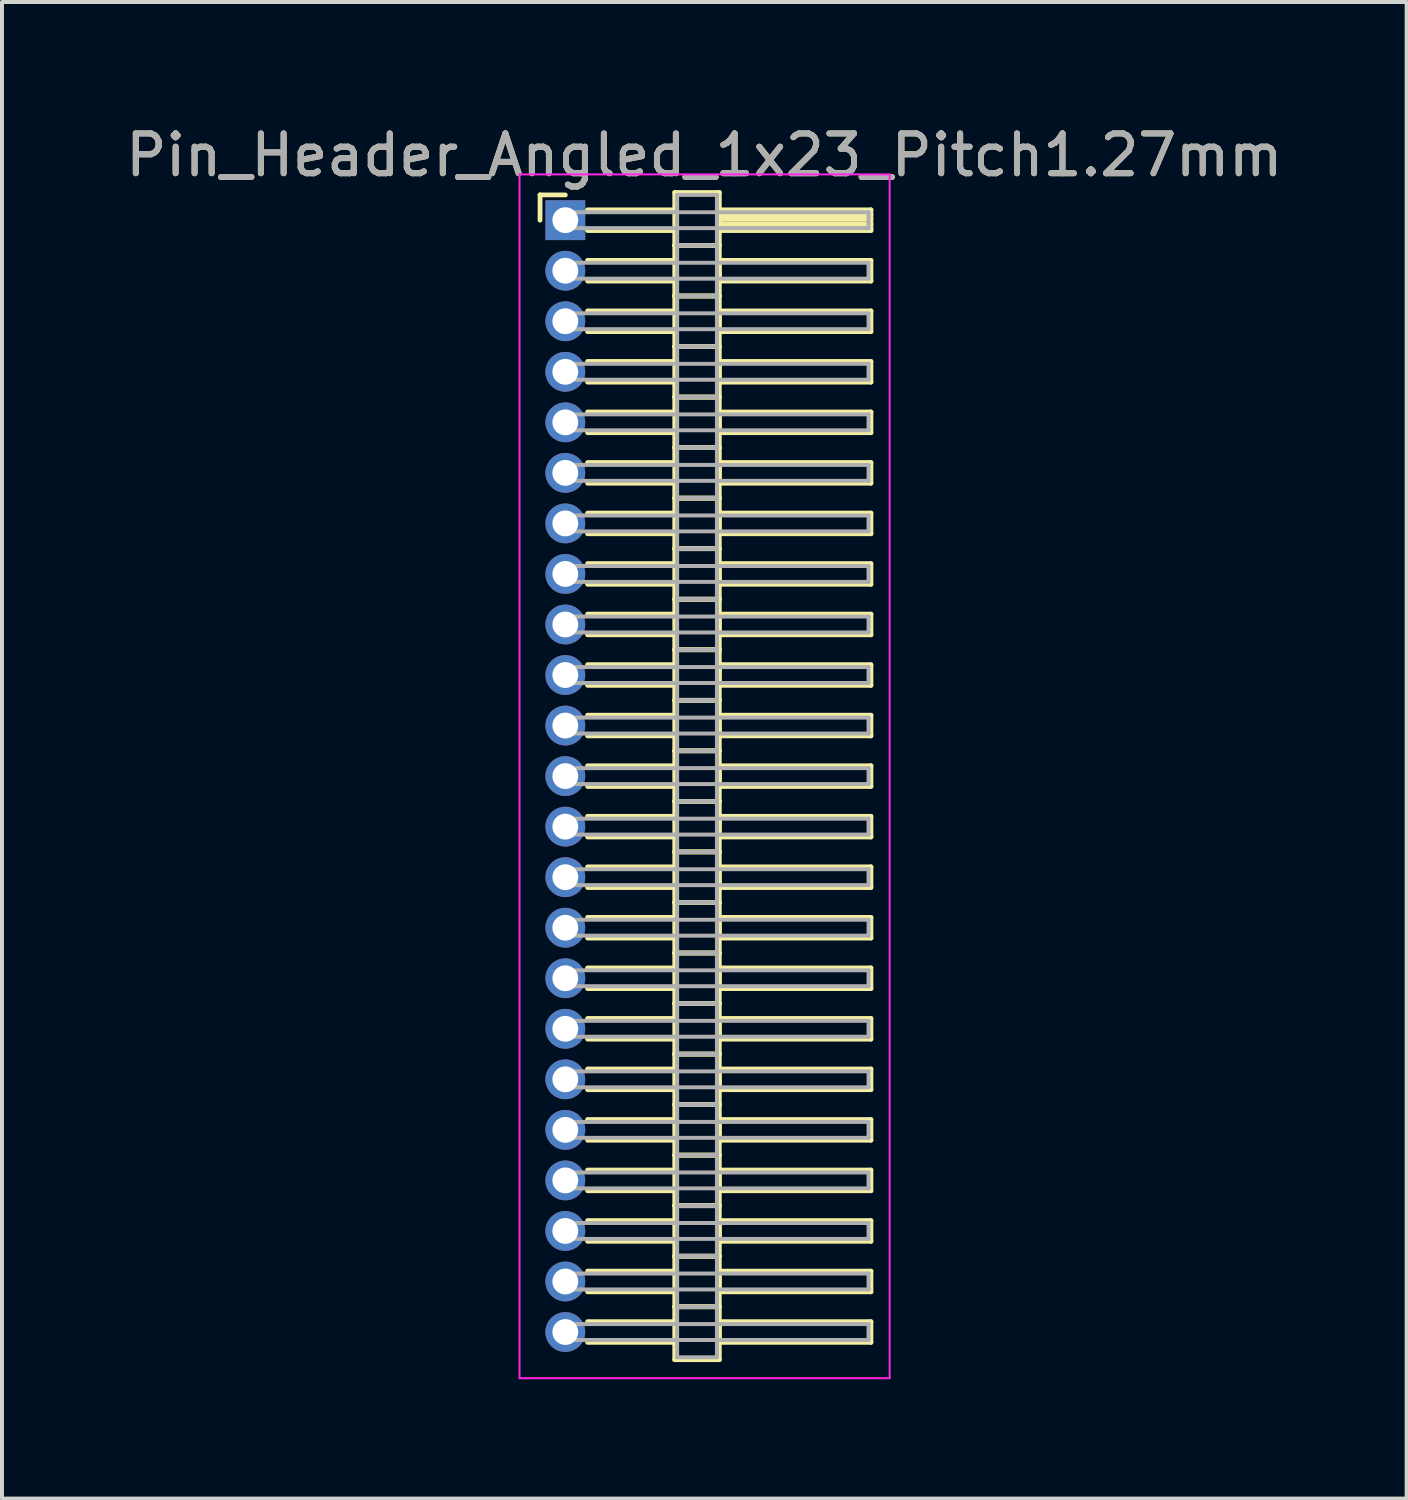
<source format=kicad_pcb>
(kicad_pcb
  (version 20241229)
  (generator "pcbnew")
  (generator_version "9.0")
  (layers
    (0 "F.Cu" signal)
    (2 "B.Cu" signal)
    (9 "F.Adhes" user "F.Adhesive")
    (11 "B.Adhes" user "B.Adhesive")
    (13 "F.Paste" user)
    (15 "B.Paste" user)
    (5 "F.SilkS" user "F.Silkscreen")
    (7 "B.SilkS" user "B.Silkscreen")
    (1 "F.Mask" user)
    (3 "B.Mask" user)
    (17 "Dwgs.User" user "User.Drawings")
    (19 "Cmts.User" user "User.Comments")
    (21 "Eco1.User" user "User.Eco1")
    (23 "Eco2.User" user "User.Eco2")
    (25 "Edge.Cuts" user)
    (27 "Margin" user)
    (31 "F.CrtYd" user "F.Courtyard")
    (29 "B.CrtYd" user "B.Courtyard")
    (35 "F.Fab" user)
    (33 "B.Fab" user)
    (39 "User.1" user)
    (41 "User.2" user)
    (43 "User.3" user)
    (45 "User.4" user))
  (footprint "Pin_Header_Angled_1x23_Pitch1.27mm"
    (layer "F.Cu")
    (at 11.156 2.483)
    (property "Reference" "Pin_Header_Angled_1x23_Pitch1.27mm" (at 3.493 -1.635 0) (layer "F.SilkS") (effects (font (size 1 1) (thickness 0.15))))
    (attr through_hole)
    (fp_line (start -0.635 -0.635) (end 0 -0.635) (stroke (width 0.12) (type solid)) (layer "F.SilkS"))
    (fp_line (start -0.635 0) (end -0.635 -0.635) (stroke (width 0.12) (type solid)) (layer "F.SilkS"))
    (fp_line (start 0.56 -0.26) (end 2.75 -0.26) (stroke (width 0.12) (type solid)) (layer "F.SilkS"))
    (fp_line (start 0.56 0.26) (end 2.75 0.26) (stroke (width 0.12) (type solid)) (layer "F.SilkS"))
    (fp_line (start 0.56 1.01) (end 2.75 1.01) (stroke (width 0.12) (type solid)) (layer "F.SilkS"))
    (fp_line (start 0.56 1.53) (end 2.75 1.53) (stroke (width 0.12) (type solid)) (layer "F.SilkS"))
    (fp_line (start 0.56 2.28) (end 2.75 2.28) (stroke (width 0.12) (type solid)) (layer "F.SilkS"))
    (fp_line (start 0.56 2.8) (end 2.75 2.8) (stroke (width 0.12) (type solid)) (layer "F.SilkS"))
    (fp_line (start 0.56 3.55) (end 2.75 3.55) (stroke (width 0.12) (type solid)) (layer "F.SilkS"))
    (fp_line (start 0.56 4.07) (end 2.75 4.07) (stroke (width 0.12) (type solid)) (layer "F.SilkS"))
    (fp_line (start 0.56 4.82) (end 2.75 4.82) (stroke (width 0.12) (type solid)) (layer "F.SilkS"))
    (fp_line (start 0.56 5.34) (end 2.75 5.34) (stroke (width 0.12) (type solid)) (layer "F.SilkS"))
    (fp_line (start 0.56 6.09) (end 2.75 6.09) (stroke (width 0.12) (type solid)) (layer "F.SilkS"))
    (fp_line (start 0.56 6.61) (end 2.75 6.61) (stroke (width 0.12) (type solid)) (layer "F.SilkS"))
    (fp_line (start 0.56 7.36) (end 2.75 7.36) (stroke (width 0.12) (type solid)) (layer "F.SilkS"))
    (fp_line (start 0.56 7.88) (end 2.75 7.88) (stroke (width 0.12) (type solid)) (layer "F.SilkS"))
    (fp_line (start 0.56 8.63) (end 2.75 8.63) (stroke (width 0.12) (type solid)) (layer "F.SilkS"))
    (fp_line (start 0.56 9.15) (end 2.75 9.15) (stroke (width 0.12) (type solid)) (layer "F.SilkS"))
    (fp_line (start 0.56 9.9) (end 2.75 9.9) (stroke (width 0.12) (type solid)) (layer "F.SilkS"))
    (fp_line (start 0.56 10.42) (end 2.75 10.42) (stroke (width 0.12) (type solid)) (layer "F.SilkS"))
    (fp_line (start 0.56 11.17) (end 2.75 11.17) (stroke (width 0.12) (type solid)) (layer "F.SilkS"))
    (fp_line (start 0.56 11.69) (end 2.75 11.69) (stroke (width 0.12) (type solid)) (layer "F.SilkS"))
    (fp_line (start 0.56 12.44) (end 2.75 12.44) (stroke (width 0.12) (type solid)) (layer "F.SilkS"))
    (fp_line (start 0.56 12.96) (end 2.75 12.96) (stroke (width 0.12) (type solid)) (layer "F.SilkS"))
    (fp_line (start 0.56 13.71) (end 2.75 13.71) (stroke (width 0.12) (type solid)) (layer "F.SilkS"))
    (fp_line (start 0.56 14.23) (end 2.75 14.23) (stroke (width 0.12) (type solid)) (layer "F.SilkS"))
    (fp_line (start 0.56 14.98) (end 2.75 14.98) (stroke (width 0.12) (type solid)) (layer "F.SilkS"))
    (fp_line (start 0.56 15.5) (end 2.75 15.5) (stroke (width 0.12) (type solid)) (layer "F.SilkS"))
    (fp_line (start 0.56 16.25) (end 2.75 16.25) (stroke (width 0.12) (type solid)) (layer "F.SilkS"))
    (fp_line (start 0.56 16.77) (end 2.75 16.77) (stroke (width 0.12) (type solid)) (layer "F.SilkS"))
    (fp_line (start 0.56 17.52) (end 2.75 17.52) (stroke (width 0.12) (type solid)) (layer "F.SilkS"))
    (fp_line (start 0.56 18.04) (end 2.75 18.04) (stroke (width 0.12) (type solid)) (layer "F.SilkS"))
    (fp_line (start 0.56 18.79) (end 2.75 18.79) (stroke (width 0.12) (type solid)) (layer "F.SilkS"))
    (fp_line (start 0.56 19.31) (end 2.75 19.31) (stroke (width 0.12) (type solid)) (layer "F.SilkS"))
    (fp_line (start 0.56 20.06) (end 2.75 20.06) (stroke (width 0.12) (type solid)) (layer "F.SilkS"))
    (fp_line (start 0.56 20.58) (end 2.75 20.58) (stroke (width 0.12) (type solid)) (layer "F.SilkS"))
    (fp_line (start 0.56 21.33) (end 2.75 21.33) (stroke (width 0.12) (type solid)) (layer "F.SilkS"))
    (fp_line (start 0.56 21.85) (end 2.75 21.85) (stroke (width 0.12) (type solid)) (layer "F.SilkS"))
    (fp_line (start 0.56 22.6) (end 2.75 22.6) (stroke (width 0.12) (type solid)) (layer "F.SilkS"))
    (fp_line (start 0.56 23.12) (end 2.75 23.12) (stroke (width 0.12) (type solid)) (layer "F.SilkS"))
    (fp_line (start 0.56 23.87) (end 2.75 23.87) (stroke (width 0.12) (type solid)) (layer "F.SilkS"))
    (fp_line (start 0.56 24.39) (end 2.75 24.39) (stroke (width 0.12) (type solid)) (layer "F.SilkS"))
    (fp_line (start 0.56 25.14) (end 2.75 25.14) (stroke (width 0.12) (type solid)) (layer "F.SilkS"))
    (fp_line (start 0.56 25.66) (end 2.75 25.66) (stroke (width 0.12) (type solid)) (layer "F.SilkS"))
    (fp_line (start 0.56 26.41) (end 2.75 26.41) (stroke (width 0.12) (type solid)) (layer "F.SilkS"))
    (fp_line (start 0.56 26.93) (end 2.75 26.93) (stroke (width 0.12) (type solid)) (layer "F.SilkS"))
    (fp_line (start 0.56 27.68) (end 2.75 27.68) (stroke (width 0.12) (type solid)) (layer "F.SilkS"))
    (fp_line (start 0.56 28.2) (end 2.75 28.2) (stroke (width 0.12) (type solid)) (layer "F.SilkS"))
    (fp_line (start 2.75 -0.695) (end 2.75 0.635) (stroke (width 0.12) (type solid)) (layer "F.SilkS"))
    (fp_line (start 2.75 0.635) (end 2.75 1.905) (stroke (width 0.12) (type solid)) (layer "F.SilkS"))
    (fp_line (start 2.75 0.635) (end 3.87 0.635) (stroke (width 0.12) (type solid)) (layer "F.SilkS"))
    (fp_line (start 2.75 1.905) (end 2.75 3.175) (stroke (width 0.12) (type solid)) (layer "F.SilkS"))
    (fp_line (start 2.75 1.905) (end 3.87 1.905) (stroke (width 0.12) (type solid)) (layer "F.SilkS"))
    (fp_line (start 2.75 3.175) (end 2.75 4.445) (stroke (width 0.12) (type solid)) (layer "F.SilkS"))
    (fp_line (start 2.75 3.175) (end 3.87 3.175) (stroke (width 0.12) (type solid)) (layer "F.SilkS"))
    (fp_line (start 2.75 4.445) (end 2.75 5.715) (stroke (width 0.12) (type solid)) (layer "F.SilkS"))
    (fp_line (start 2.75 4.445) (end 3.87 4.445) (stroke (width 0.12) (type solid)) (layer "F.SilkS"))
    (fp_line (start 2.75 5.715) (end 2.75 6.985) (stroke (width 0.12) (type solid)) (layer "F.SilkS"))
    (fp_line (start 2.75 5.715) (end 3.87 5.715) (stroke (width 0.12) (type solid)) (layer "F.SilkS"))
    (fp_line (start 2.75 6.985) (end 2.75 8.255) (stroke (width 0.12) (type solid)) (layer "F.SilkS"))
    (fp_line (start 2.75 6.985) (end 3.87 6.985) (stroke (width 0.12) (type solid)) (layer "F.SilkS"))
    (fp_line (start 2.75 8.255) (end 2.75 9.525) (stroke (width 0.12) (type solid)) (layer "F.SilkS"))
    (fp_line (start 2.75 8.255) (end 3.87 8.255) (stroke (width 0.12) (type solid)) (layer "F.SilkS"))
    (fp_line (start 2.75 9.525) (end 2.75 10.795) (stroke (width 0.12) (type solid)) (layer "F.SilkS"))
    (fp_line (start 2.75 9.525) (end 3.87 9.525) (stroke (width 0.12) (type solid)) (layer "F.SilkS"))
    (fp_line (start 2.75 10.795) (end 2.75 12.065) (stroke (width 0.12) (type solid)) (layer "F.SilkS"))
    (fp_line (start 2.75 10.795) (end 3.87 10.795) (stroke (width 0.12) (type solid)) (layer "F.SilkS"))
    (fp_line (start 2.75 12.065) (end 2.75 13.335) (stroke (width 0.12) (type solid)) (layer "F.SilkS"))
    (fp_line (start 2.75 12.065) (end 3.87 12.065) (stroke (width 0.12) (type solid)) (layer "F.SilkS"))
    (fp_line (start 2.75 13.335) (end 2.75 14.605) (stroke (width 0.12) (type solid)) (layer "F.SilkS"))
    (fp_line (start 2.75 13.335) (end 3.87 13.335) (stroke (width 0.12) (type solid)) (layer "F.SilkS"))
    (fp_line (start 2.75 14.605) (end 2.75 15.875) (stroke (width 0.12) (type solid)) (layer "F.SilkS"))
    (fp_line (start 2.75 14.605) (end 3.87 14.605) (stroke (width 0.12) (type solid)) (layer "F.SilkS"))
    (fp_line (start 2.75 15.875) (end 2.75 17.145) (stroke (width 0.12) (type solid)) (layer "F.SilkS"))
    (fp_line (start 2.75 15.875) (end 3.87 15.875) (stroke (width 0.12) (type solid)) (layer "F.SilkS"))
    (fp_line (start 2.75 17.145) (end 2.75 18.415) (stroke (width 0.12) (type solid)) (layer "F.SilkS"))
    (fp_line (start 2.75 17.145) (end 3.87 17.145) (stroke (width 0.12) (type solid)) (layer "F.SilkS"))
    (fp_line (start 2.75 18.415) (end 2.75 19.685) (stroke (width 0.12) (type solid)) (layer "F.SilkS"))
    (fp_line (start 2.75 18.415) (end 3.87 18.415) (stroke (width 0.12) (type solid)) (layer "F.SilkS"))
    (fp_line (start 2.75 19.685) (end 2.75 20.955) (stroke (width 0.12) (type solid)) (layer "F.SilkS"))
    (fp_line (start 2.75 19.685) (end 3.87 19.685) (stroke (width 0.12) (type solid)) (layer "F.SilkS"))
    (fp_line (start 2.75 20.955) (end 2.75 22.225) (stroke (width 0.12) (type solid)) (layer "F.SilkS"))
    (fp_line (start 2.75 20.955) (end 3.87 20.955) (stroke (width 0.12) (type solid)) (layer "F.SilkS"))
    (fp_line (start 2.75 22.225) (end 2.75 23.495) (stroke (width 0.12) (type solid)) (layer "F.SilkS"))
    (fp_line (start 2.75 22.225) (end 3.87 22.225) (stroke (width 0.12) (type solid)) (layer "F.SilkS"))
    (fp_line (start 2.75 23.495) (end 2.75 24.765) (stroke (width 0.12) (type solid)) (layer "F.SilkS"))
    (fp_line (start 2.75 23.495) (end 3.87 23.495) (stroke (width 0.12) (type solid)) (layer "F.SilkS"))
    (fp_line (start 2.75 24.765) (end 2.75 26.035) (stroke (width 0.12) (type solid)) (layer "F.SilkS"))
    (fp_line (start 2.75 24.765) (end 3.87 24.765) (stroke (width 0.12) (type solid)) (layer "F.SilkS"))
    (fp_line (start 2.75 26.035) (end 2.75 27.305) (stroke (width 0.12) (type solid)) (layer "F.SilkS"))
    (fp_line (start 2.75 26.035) (end 3.87 26.035) (stroke (width 0.12) (type solid)) (layer "F.SilkS"))
    (fp_line (start 2.75 27.305) (end 2.75 28.635) (stroke (width 0.12) (type solid)) (layer "F.SilkS"))
    (fp_line (start 2.75 27.305) (end 3.87 27.305) (stroke (width 0.12) (type solid)) (layer "F.SilkS"))
    (fp_line (start 2.75 28.635) (end 3.87 28.635) (stroke (width 0.12) (type solid)) (layer "F.SilkS"))
    (fp_line (start 3.87 -0.695) (end 2.75 -0.695) (stroke (width 0.12) (type solid)) (layer "F.SilkS"))
    (fp_line (start 3.87 -0.26) (end 3.87 0.26) (stroke (width 0.12) (type solid)) (layer "F.SilkS"))
    (fp_line (start 3.87 -0.14) (end 7.68 -0.14) (stroke (width 0.12) (type solid)) (layer "F.SilkS"))
    (fp_line (start 3.87 -0.02) (end 7.68 -0.02) (stroke (width 0.12) (type solid)) (layer "F.SilkS"))
    (fp_line (start 3.87 0.1) (end 7.68 0.1) (stroke (width 0.12) (type solid)) (layer "F.SilkS"))
    (fp_line (start 3.87 0.22) (end 7.68 0.22) (stroke (width 0.12) (type solid)) (layer "F.SilkS"))
    (fp_line (start 3.87 0.26) (end 7.68 0.26) (stroke (width 0.12) (type solid)) (layer "F.SilkS"))
    (fp_line (start 3.87 0.635) (end 2.75 0.635) (stroke (width 0.12) (type solid)) (layer "F.SilkS"))
    (fp_line (start 3.87 0.635) (end 3.87 -0.695) (stroke (width 0.12) (type solid)) (layer "F.SilkS"))
    (fp_line (start 3.87 1.01) (end 3.87 1.53) (stroke (width 0.12) (type solid)) (layer "F.SilkS"))
    (fp_line (start 3.87 1.53) (end 7.68 1.53) (stroke (width 0.12) (type solid)) (layer "F.SilkS"))
    (fp_line (start 3.87 1.905) (end 2.75 1.905) (stroke (width 0.12) (type solid)) (layer "F.SilkS"))
    (fp_line (start 3.87 1.905) (end 3.87 0.635) (stroke (width 0.12) (type solid)) (layer "F.SilkS"))
    (fp_line (start 3.87 2.28) (end 3.87 2.8) (stroke (width 0.12) (type solid)) (layer "F.SilkS"))
    (fp_line (start 3.87 2.8) (end 7.68 2.8) (stroke (width 0.12) (type solid)) (layer "F.SilkS"))
    (fp_line (start 3.87 3.175) (end 2.75 3.175) (stroke (width 0.12) (type solid)) (layer "F.SilkS"))
    (fp_line (start 3.87 3.175) (end 3.87 1.905) (stroke (width 0.12) (type solid)) (layer "F.SilkS"))
    (fp_line (start 3.87 3.55) (end 3.87 4.07) (stroke (width 0.12) (type solid)) (layer "F.SilkS"))
    (fp_line (start 3.87 4.07) (end 7.68 4.07) (stroke (width 0.12) (type solid)) (layer "F.SilkS"))
    (fp_line (start 3.87 4.445) (end 2.75 4.445) (stroke (width 0.12) (type solid)) (layer "F.SilkS"))
    (fp_line (start 3.87 4.445) (end 3.87 3.175) (stroke (width 0.12) (type solid)) (layer "F.SilkS"))
    (fp_line (start 3.87 4.82) (end 3.87 5.34) (stroke (width 0.12) (type solid)) (layer "F.SilkS"))
    (fp_line (start 3.87 5.34) (end 7.68 5.34) (stroke (width 0.12) (type solid)) (layer "F.SilkS"))
    (fp_line (start 3.87 5.715) (end 2.75 5.715) (stroke (width 0.12) (type solid)) (layer "F.SilkS"))
    (fp_line (start 3.87 5.715) (end 3.87 4.445) (stroke (width 0.12) (type solid)) (layer "F.SilkS"))
    (fp_line (start 3.87 6.09) (end 3.87 6.61) (stroke (width 0.12) (type solid)) (layer "F.SilkS"))
    (fp_line (start 3.87 6.61) (end 7.68 6.61) (stroke (width 0.12) (type solid)) (layer "F.SilkS"))
    (fp_line (start 3.87 6.985) (end 2.75 6.985) (stroke (width 0.12) (type solid)) (layer "F.SilkS"))
    (fp_line (start 3.87 6.985) (end 3.87 5.715) (stroke (width 0.12) (type solid)) (layer "F.SilkS"))
    (fp_line (start 3.87 7.36) (end 3.87 7.88) (stroke (width 0.12) (type solid)) (layer "F.SilkS"))
    (fp_line (start 3.87 7.88) (end 7.68 7.88) (stroke (width 0.12) (type solid)) (layer "F.SilkS"))
    (fp_line (start 3.87 8.255) (end 2.75 8.255) (stroke (width 0.12) (type solid)) (layer "F.SilkS"))
    (fp_line (start 3.87 8.255) (end 3.87 6.985) (stroke (width 0.12) (type solid)) (layer "F.SilkS"))
    (fp_line (start 3.87 8.63) (end 3.87 9.15) (stroke (width 0.12) (type solid)) (layer "F.SilkS"))
    (fp_line (start 3.87 9.15) (end 7.68 9.15) (stroke (width 0.12) (type solid)) (layer "F.SilkS"))
    (fp_line (start 3.87 9.525) (end 2.75 9.525) (stroke (width 0.12) (type solid)) (layer "F.SilkS"))
    (fp_line (start 3.87 9.525) (end 3.87 8.255) (stroke (width 0.12) (type solid)) (layer "F.SilkS"))
    (fp_line (start 3.87 9.9) (end 3.87 10.42) (stroke (width 0.12) (type solid)) (layer "F.SilkS"))
    (fp_line (start 3.87 10.42) (end 7.68 10.42) (stroke (width 0.12) (type solid)) (layer "F.SilkS"))
    (fp_line (start 3.87 10.795) (end 2.75 10.795) (stroke (width 0.12) (type solid)) (layer "F.SilkS"))
    (fp_line (start 3.87 10.795) (end 3.87 9.525) (stroke (width 0.12) (type solid)) (layer "F.SilkS"))
    (fp_line (start 3.87 11.17) (end 3.87 11.69) (stroke (width 0.12) (type solid)) (layer "F.SilkS"))
    (fp_line (start 3.87 11.69) (end 7.68 11.69) (stroke (width 0.12) (type solid)) (layer "F.SilkS"))
    (fp_line (start 3.87 12.065) (end 2.75 12.065) (stroke (width 0.12) (type solid)) (layer "F.SilkS"))
    (fp_line (start 3.87 12.065) (end 3.87 10.795) (stroke (width 0.12) (type solid)) (layer "F.SilkS"))
    (fp_line (start 3.87 12.44) (end 3.87 12.96) (stroke (width 0.12) (type solid)) (layer "F.SilkS"))
    (fp_line (start 3.87 12.96) (end 7.68 12.96) (stroke (width 0.12) (type solid)) (layer "F.SilkS"))
    (fp_line (start 3.87 13.335) (end 2.75 13.335) (stroke (width 0.12) (type solid)) (layer "F.SilkS"))
    (fp_line (start 3.87 13.335) (end 3.87 12.065) (stroke (width 0.12) (type solid)) (layer "F.SilkS"))
    (fp_line (start 3.87 13.71) (end 3.87 14.23) (stroke (width 0.12) (type solid)) (layer "F.SilkS"))
    (fp_line (start 3.87 14.23) (end 7.68 14.23) (stroke (width 0.12) (type solid)) (layer "F.SilkS"))
    (fp_line (start 3.87 14.605) (end 2.75 14.605) (stroke (width 0.12) (type solid)) (layer "F.SilkS"))
    (fp_line (start 3.87 14.605) (end 3.87 13.335) (stroke (width 0.12) (type solid)) (layer "F.SilkS"))
    (fp_line (start 3.87 14.98) (end 3.87 15.5) (stroke (width 0.12) (type solid)) (layer "F.SilkS"))
    (fp_line (start 3.87 15.5) (end 7.68 15.5) (stroke (width 0.12) (type solid)) (layer "F.SilkS"))
    (fp_line (start 3.87 15.875) (end 2.75 15.875) (stroke (width 0.12) (type solid)) (layer "F.SilkS"))
    (fp_line (start 3.87 15.875) (end 3.87 14.605) (stroke (width 0.12) (type solid)) (layer "F.SilkS"))
    (fp_line (start 3.87 16.25) (end 3.87 16.77) (stroke (width 0.12) (type solid)) (layer "F.SilkS"))
    (fp_line (start 3.87 16.77) (end 7.68 16.77) (stroke (width 0.12) (type solid)) (layer "F.SilkS"))
    (fp_line (start 3.87 17.145) (end 2.75 17.145) (stroke (width 0.12) (type solid)) (layer "F.SilkS"))
    (fp_line (start 3.87 17.145) (end 3.87 15.875) (stroke (width 0.12) (type solid)) (layer "F.SilkS"))
    (fp_line (start 3.87 17.52) (end 3.87 18.04) (stroke (width 0.12) (type solid)) (layer "F.SilkS"))
    (fp_line (start 3.87 18.04) (end 7.68 18.04) (stroke (width 0.12) (type solid)) (layer "F.SilkS"))
    (fp_line (start 3.87 18.415) (end 2.75 18.415) (stroke (width 0.12) (type solid)) (layer "F.SilkS"))
    (fp_line (start 3.87 18.415) (end 3.87 17.145) (stroke (width 0.12) (type solid)) (layer "F.SilkS"))
    (fp_line (start 3.87 18.79) (end 3.87 19.31) (stroke (width 0.12) (type solid)) (layer "F.SilkS"))
    (fp_line (start 3.87 19.31) (end 7.68 19.31) (stroke (width 0.12) (type solid)) (layer "F.SilkS"))
    (fp_line (start 3.87 19.685) (end 2.75 19.685) (stroke (width 0.12) (type solid)) (layer "F.SilkS"))
    (fp_line (start 3.87 19.685) (end 3.87 18.415) (stroke (width 0.12) (type solid)) (layer "F.SilkS"))
    (fp_line (start 3.87 20.06) (end 3.87 20.58) (stroke (width 0.12) (type solid)) (layer "F.SilkS"))
    (fp_line (start 3.87 20.58) (end 7.68 20.58) (stroke (width 0.12) (type solid)) (layer "F.SilkS"))
    (fp_line (start 3.87 20.955) (end 2.75 20.955) (stroke (width 0.12) (type solid)) (layer "F.SilkS"))
    (fp_line (start 3.87 20.955) (end 3.87 19.685) (stroke (width 0.12) (type solid)) (layer "F.SilkS"))
    (fp_line (start 3.87 21.33) (end 3.87 21.85) (stroke (width 0.12) (type solid)) (layer "F.SilkS"))
    (fp_line (start 3.87 21.85) (end 7.68 21.85) (stroke (width 0.12) (type solid)) (layer "F.SilkS"))
    (fp_line (start 3.87 22.225) (end 2.75 22.225) (stroke (width 0.12) (type solid)) (layer "F.SilkS"))
    (fp_line (start 3.87 22.225) (end 3.87 20.955) (stroke (width 0.12) (type solid)) (layer "F.SilkS"))
    (fp_line (start 3.87 22.6) (end 3.87 23.12) (stroke (width 0.12) (type solid)) (layer "F.SilkS"))
    (fp_line (start 3.87 23.12) (end 7.68 23.12) (stroke (width 0.12) (type solid)) (layer "F.SilkS"))
    (fp_line (start 3.87 23.495) (end 2.75 23.495) (stroke (width 0.12) (type solid)) (layer "F.SilkS"))
    (fp_line (start 3.87 23.495) (end 3.87 22.225) (stroke (width 0.12) (type solid)) (layer "F.SilkS"))
    (fp_line (start 3.87 23.87) (end 3.87 24.39) (stroke (width 0.12) (type solid)) (layer "F.SilkS"))
    (fp_line (start 3.87 24.39) (end 7.68 24.39) (stroke (width 0.12) (type solid)) (layer "F.SilkS"))
    (fp_line (start 3.87 24.765) (end 2.75 24.765) (stroke (width 0.12) (type solid)) (layer "F.SilkS"))
    (fp_line (start 3.87 24.765) (end 3.87 23.495) (stroke (width 0.12) (type solid)) (layer "F.SilkS"))
    (fp_line (start 3.87 25.14) (end 3.87 25.66) (stroke (width 0.12) (type solid)) (layer "F.SilkS"))
    (fp_line (start 3.87 25.66) (end 7.68 25.66) (stroke (width 0.12) (type solid)) (layer "F.SilkS"))
    (fp_line (start 3.87 26.035) (end 2.75 26.035) (stroke (width 0.12) (type solid)) (layer "F.SilkS"))
    (fp_line (start 3.87 26.035) (end 3.87 24.765) (stroke (width 0.12) (type solid)) (layer "F.SilkS"))
    (fp_line (start 3.87 26.41) (end 3.87 26.93) (stroke (width 0.12) (type solid)) (layer "F.SilkS"))
    (fp_line (start 3.87 26.93) (end 7.68 26.93) (stroke (width 0.12) (type solid)) (layer "F.SilkS"))
    (fp_line (start 3.87 27.305) (end 2.75 27.305) (stroke (width 0.12) (type solid)) (layer "F.SilkS"))
    (fp_line (start 3.87 27.305) (end 3.87 26.035) (stroke (width 0.12) (type solid)) (layer "F.SilkS"))
    (fp_line (start 3.87 27.68) (end 3.87 28.2) (stroke (width 0.12) (type solid)) (layer "F.SilkS"))
    (fp_line (start 3.87 28.2) (end 7.68 28.2) (stroke (width 0.12) (type solid)) (layer "F.SilkS"))
    (fp_line (start 3.87 28.635) (end 3.87 27.305) (stroke (width 0.12) (type solid)) (layer "F.SilkS"))
    (fp_line (start 7.68 -0.26) (end 3.87 -0.26) (stroke (width 0.12) (type solid)) (layer "F.SilkS"))
    (fp_line (start 7.68 0.26) (end 7.68 -0.26) (stroke (width 0.12) (type solid)) (layer "F.SilkS"))
    (fp_line (start 7.68 1.01) (end 3.87 1.01) (stroke (width 0.12) (type solid)) (layer "F.SilkS"))
    (fp_line (start 7.68 1.53) (end 7.68 1.01) (stroke (width 0.12) (type solid)) (layer "F.SilkS"))
    (fp_line (start 7.68 2.28) (end 3.87 2.28) (stroke (width 0.12) (type solid)) (layer "F.SilkS"))
    (fp_line (start 7.68 2.8) (end 7.68 2.28) (stroke (width 0.12) (type solid)) (layer "F.SilkS"))
    (fp_line (start 7.68 3.55) (end 3.87 3.55) (stroke (width 0.12) (type solid)) (layer "F.SilkS"))
    (fp_line (start 7.68 4.07) (end 7.68 3.55) (stroke (width 0.12) (type solid)) (layer "F.SilkS"))
    (fp_line (start 7.68 4.82) (end 3.87 4.82) (stroke (width 0.12) (type solid)) (layer "F.SilkS"))
    (fp_line (start 7.68 5.34) (end 7.68 4.82) (stroke (width 0.12) (type solid)) (layer "F.SilkS"))
    (fp_line (start 7.68 6.09) (end 3.87 6.09) (stroke (width 0.12) (type solid)) (layer "F.SilkS"))
    (fp_line (start 7.68 6.61) (end 7.68 6.09) (stroke (width 0.12) (type solid)) (layer "F.SilkS"))
    (fp_line (start 7.68 7.36) (end 3.87 7.36) (stroke (width 0.12) (type solid)) (layer "F.SilkS"))
    (fp_line (start 7.68 7.88) (end 7.68 7.36) (stroke (width 0.12) (type solid)) (layer "F.SilkS"))
    (fp_line (start 7.68 8.63) (end 3.87 8.63) (stroke (width 0.12) (type solid)) (layer "F.SilkS"))
    (fp_line (start 7.68 9.15) (end 7.68 8.63) (stroke (width 0.12) (type solid)) (layer "F.SilkS"))
    (fp_line (start 7.68 9.9) (end 3.87 9.9) (stroke (width 0.12) (type solid)) (layer "F.SilkS"))
    (fp_line (start 7.68 10.42) (end 7.68 9.9) (stroke (width 0.12) (type solid)) (layer "F.SilkS"))
    (fp_line (start 7.68 11.17) (end 3.87 11.17) (stroke (width 0.12) (type solid)) (layer "F.SilkS"))
    (fp_line (start 7.68 11.69) (end 7.68 11.17) (stroke (width 0.12) (type solid)) (layer "F.SilkS"))
    (fp_line (start 7.68 12.44) (end 3.87 12.44) (stroke (width 0.12) (type solid)) (layer "F.SilkS"))
    (fp_line (start 7.68 12.96) (end 7.68 12.44) (stroke (width 0.12) (type solid)) (layer "F.SilkS"))
    (fp_line (start 7.68 13.71) (end 3.87 13.71) (stroke (width 0.12) (type solid)) (layer "F.SilkS"))
    (fp_line (start 7.68 14.23) (end 7.68 13.71) (stroke (width 0.12) (type solid)) (layer "F.SilkS"))
    (fp_line (start 7.68 14.98) (end 3.87 14.98) (stroke (width 0.12) (type solid)) (layer "F.SilkS"))
    (fp_line (start 7.68 15.5) (end 7.68 14.98) (stroke (width 0.12) (type solid)) (layer "F.SilkS"))
    (fp_line (start 7.68 16.25) (end 3.87 16.25) (stroke (width 0.12) (type solid)) (layer "F.SilkS"))
    (fp_line (start 7.68 16.77) (end 7.68 16.25) (stroke (width 0.12) (type solid)) (layer "F.SilkS"))
    (fp_line (start 7.68 17.52) (end 3.87 17.52) (stroke (width 0.12) (type solid)) (layer "F.SilkS"))
    (fp_line (start 7.68 18.04) (end 7.68 17.52) (stroke (width 0.12) (type solid)) (layer "F.SilkS"))
    (fp_line (start 7.68 18.79) (end 3.87 18.79) (stroke (width 0.12) (type solid)) (layer "F.SilkS"))
    (fp_line (start 7.68 19.31) (end 7.68 18.79) (stroke (width 0.12) (type solid)) (layer "F.SilkS"))
    (fp_line (start 7.68 20.06) (end 3.87 20.06) (stroke (width 0.12) (type solid)) (layer "F.SilkS"))
    (fp_line (start 7.68 20.58) (end 7.68 20.06) (stroke (width 0.12) (type solid)) (layer "F.SilkS"))
    (fp_line (start 7.68 21.33) (end 3.87 21.33) (stroke (width 0.12) (type solid)) (layer "F.SilkS"))
    (fp_line (start 7.68 21.85) (end 7.68 21.33) (stroke (width 0.12) (type solid)) (layer "F.SilkS"))
    (fp_line (start 7.68 22.6) (end 3.87 22.6) (stroke (width 0.12) (type solid)) (layer "F.SilkS"))
    (fp_line (start 7.68 23.12) (end 7.68 22.6) (stroke (width 0.12) (type solid)) (layer "F.SilkS"))
    (fp_line (start 7.68 23.87) (end 3.87 23.87) (stroke (width 0.12) (type solid)) (layer "F.SilkS"))
    (fp_line (start 7.68 24.39) (end 7.68 23.87) (stroke (width 0.12) (type solid)) (layer "F.SilkS"))
    (fp_line (start 7.68 25.14) (end 3.87 25.14) (stroke (width 0.12) (type solid)) (layer "F.SilkS"))
    (fp_line (start 7.68 25.66) (end 7.68 25.14) (stroke (width 0.12) (type solid)) (layer "F.SilkS"))
    (fp_line (start 7.68 26.41) (end 3.87 26.41) (stroke (width 0.12) (type solid)) (layer "F.SilkS"))
    (fp_line (start 7.68 26.93) (end 7.68 26.41) (stroke (width 0.12) (type solid)) (layer "F.SilkS"))
    (fp_line (start 7.68 27.68) (end 3.87 27.68) (stroke (width 0.12) (type solid)) (layer "F.SilkS"))
    (fp_line (start 7.68 28.2) (end 7.68 27.68) (stroke (width 0.12) (type solid)) (layer "F.SilkS"))
    (fp_line (start -1.15 -1.15) (end -1.15 29.1) (stroke (width 0.05) (type solid)) (layer "F.CrtYd"))
    (fp_line (start -1.15 29.1) (end 8.15 29.1) (stroke (width 0.05) (type solid)) (layer "F.CrtYd"))
    (fp_line (start 8.15 -1.15) (end -1.15 -1.15) (stroke (width 0.05) (type solid)) (layer "F.CrtYd"))
    (fp_line (start 8.15 29.1) (end 8.15 -1.15) (stroke (width 0.05) (type solid)) (layer "F.CrtYd"))
    (fp_line (start 0 -0.2) (end 0 0.2) (stroke (width 0.1) (type solid)) (layer "F.Fab"))
    (fp_line (start 0 0.2) (end 7.62 0.2) (stroke (width 0.1) (type solid)) (layer "F.Fab"))
    (fp_line (start 0 1.07) (end 0 1.47) (stroke (width 0.1) (type solid)) (layer "F.Fab"))
    (fp_line (start 0 1.47) (end 7.62 1.47) (stroke (width 0.1) (type solid)) (layer "F.Fab"))
    (fp_line (start 0 2.34) (end 0 2.74) (stroke (width 0.1) (type solid)) (layer "F.Fab"))
    (fp_line (start 0 2.74) (end 7.62 2.74) (stroke (width 0.1) (type solid)) (layer "F.Fab"))
    (fp_line (start 0 3.61) (end 0 4.01) (stroke (width 0.1) (type solid)) (layer "F.Fab"))
    (fp_line (start 0 4.01) (end 7.62 4.01) (stroke (width 0.1) (type solid)) (layer "F.Fab"))
    (fp_line (start 0 4.88) (end 0 5.28) (stroke (width 0.1) (type solid)) (layer "F.Fab"))
    (fp_line (start 0 5.28) (end 7.62 5.28) (stroke (width 0.1) (type solid)) (layer "F.Fab"))
    (fp_line (start 0 6.15) (end 0 6.55) (stroke (width 0.1) (type solid)) (layer "F.Fab"))
    (fp_line (start 0 6.55) (end 7.62 6.55) (stroke (width 0.1) (type solid)) (layer "F.Fab"))
    (fp_line (start 0 7.42) (end 0 7.82) (stroke (width 0.1) (type solid)) (layer "F.Fab"))
    (fp_line (start 0 7.82) (end 7.62 7.82) (stroke (width 0.1) (type solid)) (layer "F.Fab"))
    (fp_line (start 0 8.69) (end 0 9.09) (stroke (width 0.1) (type solid)) (layer "F.Fab"))
    (fp_line (start 0 9.09) (end 7.62 9.09) (stroke (width 0.1) (type solid)) (layer "F.Fab"))
    (fp_line (start 0 9.96) (end 0 10.36) (stroke (width 0.1) (type solid)) (layer "F.Fab"))
    (fp_line (start 0 10.36) (end 7.62 10.36) (stroke (width 0.1) (type solid)) (layer "F.Fab"))
    (fp_line (start 0 11.23) (end 0 11.63) (stroke (width 0.1) (type solid)) (layer "F.Fab"))
    (fp_line (start 0 11.63) (end 7.62 11.63) (stroke (width 0.1) (type solid)) (layer "F.Fab"))
    (fp_line (start 0 12.5) (end 0 12.9) (stroke (width 0.1) (type solid)) (layer "F.Fab"))
    (fp_line (start 0 12.9) (end 7.62 12.9) (stroke (width 0.1) (type solid)) (layer "F.Fab"))
    (fp_line (start 0 13.77) (end 0 14.17) (stroke (width 0.1) (type solid)) (layer "F.Fab"))
    (fp_line (start 0 14.17) (end 7.62 14.17) (stroke (width 0.1) (type solid)) (layer "F.Fab"))
    (fp_line (start 0 15.04) (end 0 15.44) (stroke (width 0.1) (type solid)) (layer "F.Fab"))
    (fp_line (start 0 15.44) (end 7.62 15.44) (stroke (width 0.1) (type solid)) (layer "F.Fab"))
    (fp_line (start 0 16.31) (end 0 16.71) (stroke (width 0.1) (type solid)) (layer "F.Fab"))
    (fp_line (start 0 16.71) (end 7.62 16.71) (stroke (width 0.1) (type solid)) (layer "F.Fab"))
    (fp_line (start 0 17.58) (end 0 17.98) (stroke (width 0.1) (type solid)) (layer "F.Fab"))
    (fp_line (start 0 17.98) (end 7.62 17.98) (stroke (width 0.1) (type solid)) (layer "F.Fab"))
    (fp_line (start 0 18.85) (end 0 19.25) (stroke (width 0.1) (type solid)) (layer "F.Fab"))
    (fp_line (start 0 19.25) (end 7.62 19.25) (stroke (width 0.1) (type solid)) (layer "F.Fab"))
    (fp_line (start 0 20.12) (end 0 20.52) (stroke (width 0.1) (type solid)) (layer "F.Fab"))
    (fp_line (start 0 20.52) (end 7.62 20.52) (stroke (width 0.1) (type solid)) (layer "F.Fab"))
    (fp_line (start 0 21.39) (end 0 21.79) (stroke (width 0.1) (type solid)) (layer "F.Fab"))
    (fp_line (start 0 21.79) (end 7.62 21.79) (stroke (width 0.1) (type solid)) (layer "F.Fab"))
    (fp_line (start 0 22.66) (end 0 23.06) (stroke (width 0.1) (type solid)) (layer "F.Fab"))
    (fp_line (start 0 23.06) (end 7.62 23.06) (stroke (width 0.1) (type solid)) (layer "F.Fab"))
    (fp_line (start 0 23.93) (end 0 24.33) (stroke (width 0.1) (type solid)) (layer "F.Fab"))
    (fp_line (start 0 24.33) (end 7.62 24.33) (stroke (width 0.1) (type solid)) (layer "F.Fab"))
    (fp_line (start 0 25.2) (end 0 25.6) (stroke (width 0.1) (type solid)) (layer "F.Fab"))
    (fp_line (start 0 25.6) (end 7.62 25.6) (stroke (width 0.1) (type solid)) (layer "F.Fab"))
    (fp_line (start 0 26.47) (end 0 26.87) (stroke (width 0.1) (type solid)) (layer "F.Fab"))
    (fp_line (start 0 26.87) (end 7.62 26.87) (stroke (width 0.1) (type solid)) (layer "F.Fab"))
    (fp_line (start 0 27.74) (end 0 28.14) (stroke (width 0.1) (type solid)) (layer "F.Fab"))
    (fp_line (start 0 28.14) (end 7.62 28.14) (stroke (width 0.1) (type solid)) (layer "F.Fab"))
    (fp_line (start 2.81 -0.635) (end 2.81 0.635) (stroke (width 0.1) (type solid)) (layer "F.Fab"))
    (fp_line (start 2.81 0.635) (end 2.81 1.905) (stroke (width 0.1) (type solid)) (layer "F.Fab"))
    (fp_line (start 2.81 0.635) (end 3.81 0.635) (stroke (width 0.1) (type solid)) (layer "F.Fab"))
    (fp_line (start 2.81 1.905) (end 2.81 3.175) (stroke (width 0.1) (type solid)) (layer "F.Fab"))
    (fp_line (start 2.81 1.905) (end 3.81 1.905) (stroke (width 0.1) (type solid)) (layer "F.Fab"))
    (fp_line (start 2.81 3.175) (end 2.81 4.445) (stroke (width 0.1) (type solid)) (layer "F.Fab"))
    (fp_line (start 2.81 3.175) (end 3.81 3.175) (stroke (width 0.1) (type solid)) (layer "F.Fab"))
    (fp_line (start 2.81 4.445) (end 2.81 5.715) (stroke (width 0.1) (type solid)) (layer "F.Fab"))
    (fp_line (start 2.81 4.445) (end 3.81 4.445) (stroke (width 0.1) (type solid)) (layer "F.Fab"))
    (fp_line (start 2.81 5.715) (end 2.81 6.985) (stroke (width 0.1) (type solid)) (layer "F.Fab"))
    (fp_line (start 2.81 5.715) (end 3.81 5.715) (stroke (width 0.1) (type solid)) (layer "F.Fab"))
    (fp_line (start 2.81 6.985) (end 2.81 8.255) (stroke (width 0.1) (type solid)) (layer "F.Fab"))
    (fp_line (start 2.81 6.985) (end 3.81 6.985) (stroke (width 0.1) (type solid)) (layer "F.Fab"))
    (fp_line (start 2.81 8.255) (end 2.81 9.525) (stroke (width 0.1) (type solid)) (layer "F.Fab"))
    (fp_line (start 2.81 8.255) (end 3.81 8.255) (stroke (width 0.1) (type solid)) (layer "F.Fab"))
    (fp_line (start 2.81 9.525) (end 2.81 10.795) (stroke (width 0.1) (type solid)) (layer "F.Fab"))
    (fp_line (start 2.81 9.525) (end 3.81 9.525) (stroke (width 0.1) (type solid)) (layer "F.Fab"))
    (fp_line (start 2.81 10.795) (end 2.81 12.065) (stroke (width 0.1) (type solid)) (layer "F.Fab"))
    (fp_line (start 2.81 10.795) (end 3.81 10.795) (stroke (width 0.1) (type solid)) (layer "F.Fab"))
    (fp_line (start 2.81 12.065) (end 2.81 13.335) (stroke (width 0.1) (type solid)) (layer "F.Fab"))
    (fp_line (start 2.81 12.065) (end 3.81 12.065) (stroke (width 0.1) (type solid)) (layer "F.Fab"))
    (fp_line (start 2.81 13.335) (end 2.81 14.605) (stroke (width 0.1) (type solid)) (layer "F.Fab"))
    (fp_line (start 2.81 13.335) (end 3.81 13.335) (stroke (width 0.1) (type solid)) (layer "F.Fab"))
    (fp_line (start 2.81 14.605) (end 2.81 15.875) (stroke (width 0.1) (type solid)) (layer "F.Fab"))
    (fp_line (start 2.81 14.605) (end 3.81 14.605) (stroke (width 0.1) (type solid)) (layer "F.Fab"))
    (fp_line (start 2.81 15.875) (end 2.81 17.145) (stroke (width 0.1) (type solid)) (layer "F.Fab"))
    (fp_line (start 2.81 15.875) (end 3.81 15.875) (stroke (width 0.1) (type solid)) (layer "F.Fab"))
    (fp_line (start 2.81 17.145) (end 2.81 18.415) (stroke (width 0.1) (type solid)) (layer "F.Fab"))
    (fp_line (start 2.81 17.145) (end 3.81 17.145) (stroke (width 0.1) (type solid)) (layer "F.Fab"))
    (fp_line (start 2.81 18.415) (end 2.81 19.685) (stroke (width 0.1) (type solid)) (layer "F.Fab"))
    (fp_line (start 2.81 18.415) (end 3.81 18.415) (stroke (width 0.1) (type solid)) (layer "F.Fab"))
    (fp_line (start 2.81 19.685) (end 2.81 20.955) (stroke (width 0.1) (type solid)) (layer "F.Fab"))
    (fp_line (start 2.81 19.685) (end 3.81 19.685) (stroke (width 0.1) (type solid)) (layer "F.Fab"))
    (fp_line (start 2.81 20.955) (end 2.81 22.225) (stroke (width 0.1) (type solid)) (layer "F.Fab"))
    (fp_line (start 2.81 20.955) (end 3.81 20.955) (stroke (width 0.1) (type solid)) (layer "F.Fab"))
    (fp_line (start 2.81 22.225) (end 2.81 23.495) (stroke (width 0.1) (type solid)) (layer "F.Fab"))
    (fp_line (start 2.81 22.225) (end 3.81 22.225) (stroke (width 0.1) (type solid)) (layer "F.Fab"))
    (fp_line (start 2.81 23.495) (end 2.81 24.765) (stroke (width 0.1) (type solid)) (layer "F.Fab"))
    (fp_line (start 2.81 23.495) (end 3.81 23.495) (stroke (width 0.1) (type solid)) (layer "F.Fab"))
    (fp_line (start 2.81 24.765) (end 2.81 26.035) (stroke (width 0.1) (type solid)) (layer "F.Fab"))
    (fp_line (start 2.81 24.765) (end 3.81 24.765) (stroke (width 0.1) (type solid)) (layer "F.Fab"))
    (fp_line (start 2.81 26.035) (end 2.81 27.305) (stroke (width 0.1) (type solid)) (layer "F.Fab"))
    (fp_line (start 2.81 26.035) (end 3.81 26.035) (stroke (width 0.1) (type solid)) (layer "F.Fab"))
    (fp_line (start 2.81 27.305) (end 2.81 28.575) (stroke (width 0.1) (type solid)) (layer "F.Fab"))
    (fp_line (start 2.81 27.305) (end 3.81 27.305) (stroke (width 0.1) (type solid)) (layer "F.Fab"))
    (fp_line (start 2.81 28.575) (end 3.81 28.575) (stroke (width 0.1) (type solid)) (layer "F.Fab"))
    (fp_line (start 3.81 -0.635) (end 2.81 -0.635) (stroke (width 0.1) (type solid)) (layer "F.Fab"))
    (fp_line (start 3.81 0.635) (end 2.81 0.635) (stroke (width 0.1) (type solid)) (layer "F.Fab"))
    (fp_line (start 3.81 0.635) (end 3.81 -0.635) (stroke (width 0.1) (type solid)) (layer "F.Fab"))
    (fp_line (start 3.81 1.905) (end 2.81 1.905) (stroke (width 0.1) (type solid)) (layer "F.Fab"))
    (fp_line (start 3.81 1.905) (end 3.81 0.635) (stroke (width 0.1) (type solid)) (layer "F.Fab"))
    (fp_line (start 3.81 3.175) (end 2.81 3.175) (stroke (width 0.1) (type solid)) (layer "F.Fab"))
    (fp_line (start 3.81 3.175) (end 3.81 1.905) (stroke (width 0.1) (type solid)) (layer "F.Fab"))
    (fp_line (start 3.81 4.445) (end 2.81 4.445) (stroke (width 0.1) (type solid)) (layer "F.Fab"))
    (fp_line (start 3.81 4.445) (end 3.81 3.175) (stroke (width 0.1) (type solid)) (layer "F.Fab"))
    (fp_line (start 3.81 5.715) (end 2.81 5.715) (stroke (width 0.1) (type solid)) (layer "F.Fab"))
    (fp_line (start 3.81 5.715) (end 3.81 4.445) (stroke (width 0.1) (type solid)) (layer "F.Fab"))
    (fp_line (start 3.81 6.985) (end 2.81 6.985) (stroke (width 0.1) (type solid)) (layer "F.Fab"))
    (fp_line (start 3.81 6.985) (end 3.81 5.715) (stroke (width 0.1) (type solid)) (layer "F.Fab"))
    (fp_line (start 3.81 8.255) (end 2.81 8.255) (stroke (width 0.1) (type solid)) (layer "F.Fab"))
    (fp_line (start 3.81 8.255) (end 3.81 6.985) (stroke (width 0.1) (type solid)) (layer "F.Fab"))
    (fp_line (start 3.81 9.525) (end 2.81 9.525) (stroke (width 0.1) (type solid)) (layer "F.Fab"))
    (fp_line (start 3.81 9.525) (end 3.81 8.255) (stroke (width 0.1) (type solid)) (layer "F.Fab"))
    (fp_line (start 3.81 10.795) (end 2.81 10.795) (stroke (width 0.1) (type solid)) (layer "F.Fab"))
    (fp_line (start 3.81 10.795) (end 3.81 9.525) (stroke (width 0.1) (type solid)) (layer "F.Fab"))
    (fp_line (start 3.81 12.065) (end 2.81 12.065) (stroke (width 0.1) (type solid)) (layer "F.Fab"))
    (fp_line (start 3.81 12.065) (end 3.81 10.795) (stroke (width 0.1) (type solid)) (layer "F.Fab"))
    (fp_line (start 3.81 13.335) (end 2.81 13.335) (stroke (width 0.1) (type solid)) (layer "F.Fab"))
    (fp_line (start 3.81 13.335) (end 3.81 12.065) (stroke (width 0.1) (type solid)) (layer "F.Fab"))
    (fp_line (start 3.81 14.605) (end 2.81 14.605) (stroke (width 0.1) (type solid)) (layer "F.Fab"))
    (fp_line (start 3.81 14.605) (end 3.81 13.335) (stroke (width 0.1) (type solid)) (layer "F.Fab"))
    (fp_line (start 3.81 15.875) (end 2.81 15.875) (stroke (width 0.1) (type solid)) (layer "F.Fab"))
    (fp_line (start 3.81 15.875) (end 3.81 14.605) (stroke (width 0.1) (type solid)) (layer "F.Fab"))
    (fp_line (start 3.81 17.145) (end 2.81 17.145) (stroke (width 0.1) (type solid)) (layer "F.Fab"))
    (fp_line (start 3.81 17.145) (end 3.81 15.875) (stroke (width 0.1) (type solid)) (layer "F.Fab"))
    (fp_line (start 3.81 18.415) (end 2.81 18.415) (stroke (width 0.1) (type solid)) (layer "F.Fab"))
    (fp_line (start 3.81 18.415) (end 3.81 17.145) (stroke (width 0.1) (type solid)) (layer "F.Fab"))
    (fp_line (start 3.81 19.685) (end 2.81 19.685) (stroke (width 0.1) (type solid)) (layer "F.Fab"))
    (fp_line (start 3.81 19.685) (end 3.81 18.415) (stroke (width 0.1) (type solid)) (layer "F.Fab"))
    (fp_line (start 3.81 20.955) (end 2.81 20.955) (stroke (width 0.1) (type solid)) (layer "F.Fab"))
    (fp_line (start 3.81 20.955) (end 3.81 19.685) (stroke (width 0.1) (type solid)) (layer "F.Fab"))
    (fp_line (start 3.81 22.225) (end 2.81 22.225) (stroke (width 0.1) (type solid)) (layer "F.Fab"))
    (fp_line (start 3.81 22.225) (end 3.81 20.955) (stroke (width 0.1) (type solid)) (layer "F.Fab"))
    (fp_line (start 3.81 23.495) (end 2.81 23.495) (stroke (width 0.1) (type solid)) (layer "F.Fab"))
    (fp_line (start 3.81 23.495) (end 3.81 22.225) (stroke (width 0.1) (type solid)) (layer "F.Fab"))
    (fp_line (start 3.81 24.765) (end 2.81 24.765) (stroke (width 0.1) (type solid)) (layer "F.Fab"))
    (fp_line (start 3.81 24.765) (end 3.81 23.495) (stroke (width 0.1) (type solid)) (layer "F.Fab"))
    (fp_line (start 3.81 26.035) (end 2.81 26.035) (stroke (width 0.1) (type solid)) (layer "F.Fab"))
    (fp_line (start 3.81 26.035) (end 3.81 24.765) (stroke (width 0.1) (type solid)) (layer "F.Fab"))
    (fp_line (start 3.81 27.305) (end 2.81 27.305) (stroke (width 0.1) (type solid)) (layer "F.Fab"))
    (fp_line (start 3.81 27.305) (end 3.81 26.035) (stroke (width 0.1) (type solid)) (layer "F.Fab"))
    (fp_line (start 3.81 28.575) (end 3.81 27.305) (stroke (width 0.1) (type solid)) (layer "F.Fab"))
    (fp_line (start 7.62 -0.2) (end 0 -0.2) (stroke (width 0.1) (type solid)) (layer "F.Fab"))
    (fp_line (start 7.62 0.2) (end 7.62 -0.2) (stroke (width 0.1) (type solid)) (layer "F.Fab"))
    (fp_line (start 7.62 1.07) (end 0 1.07) (stroke (width 0.1) (type solid)) (layer "F.Fab"))
    (fp_line (start 7.62 1.47) (end 7.62 1.07) (stroke (width 0.1) (type solid)) (layer "F.Fab"))
    (fp_line (start 7.62 2.34) (end 0 2.34) (stroke (width 0.1) (type solid)) (layer "F.Fab"))
    (fp_line (start 7.62 2.74) (end 7.62 2.34) (stroke (width 0.1) (type solid)) (layer "F.Fab"))
    (fp_line (start 7.62 3.61) (end 0 3.61) (stroke (width 0.1) (type solid)) (layer "F.Fab"))
    (fp_line (start 7.62 4.01) (end 7.62 3.61) (stroke (width 0.1) (type solid)) (layer "F.Fab"))
    (fp_line (start 7.62 4.88) (end 0 4.88) (stroke (width 0.1) (type solid)) (layer "F.Fab"))
    (fp_line (start 7.62 5.28) (end 7.62 4.88) (stroke (width 0.1) (type solid)) (layer "F.Fab"))
    (fp_line (start 7.62 6.15) (end 0 6.15) (stroke (width 0.1) (type solid)) (layer "F.Fab"))
    (fp_line (start 7.62 6.55) (end 7.62 6.15) (stroke (width 0.1) (type solid)) (layer "F.Fab"))
    (fp_line (start 7.62 7.42) (end 0 7.42) (stroke (width 0.1) (type solid)) (layer "F.Fab"))
    (fp_line (start 7.62 7.82) (end 7.62 7.42) (stroke (width 0.1) (type solid)) (layer "F.Fab"))
    (fp_line (start 7.62 8.69) (end 0 8.69) (stroke (width 0.1) (type solid)) (layer "F.Fab"))
    (fp_line (start 7.62 9.09) (end 7.62 8.69) (stroke (width 0.1) (type solid)) (layer "F.Fab"))
    (fp_line (start 7.62 9.96) (end 0 9.96) (stroke (width 0.1) (type solid)) (layer "F.Fab"))
    (fp_line (start 7.62 10.36) (end 7.62 9.96) (stroke (width 0.1) (type solid)) (layer "F.Fab"))
    (fp_line (start 7.62 11.23) (end 0 11.23) (stroke (width 0.1) (type solid)) (layer "F.Fab"))
    (fp_line (start 7.62 11.63) (end 7.62 11.23) (stroke (width 0.1) (type solid)) (layer "F.Fab"))
    (fp_line (start 7.62 12.5) (end 0 12.5) (stroke (width 0.1) (type solid)) (layer "F.Fab"))
    (fp_line (start 7.62 12.9) (end 7.62 12.5) (stroke (width 0.1) (type solid)) (layer "F.Fab"))
    (fp_line (start 7.62 13.77) (end 0 13.77) (stroke (width 0.1) (type solid)) (layer "F.Fab"))
    (fp_line (start 7.62 14.17) (end 7.62 13.77) (stroke (width 0.1) (type solid)) (layer "F.Fab"))
    (fp_line (start 7.62 15.04) (end 0 15.04) (stroke (width 0.1) (type solid)) (layer "F.Fab"))
    (fp_line (start 7.62 15.44) (end 7.62 15.04) (stroke (width 0.1) (type solid)) (layer "F.Fab"))
    (fp_line (start 7.62 16.31) (end 0 16.31) (stroke (width 0.1) (type solid)) (layer "F.Fab"))
    (fp_line (start 7.62 16.71) (end 7.62 16.31) (stroke (width 0.1) (type solid)) (layer "F.Fab"))
    (fp_line (start 7.62 17.58) (end 0 17.58) (stroke (width 0.1) (type solid)) (layer "F.Fab"))
    (fp_line (start 7.62 17.98) (end 7.62 17.58) (stroke (width 0.1) (type solid)) (layer "F.Fab"))
    (fp_line (start 7.62 18.85) (end 0 18.85) (stroke (width 0.1) (type solid)) (layer "F.Fab"))
    (fp_line (start 7.62 19.25) (end 7.62 18.85) (stroke (width 0.1) (type solid)) (layer "F.Fab"))
    (fp_line (start 7.62 20.12) (end 0 20.12) (stroke (width 0.1) (type solid)) (layer "F.Fab"))
    (fp_line (start 7.62 20.52) (end 7.62 20.12) (stroke (width 0.1) (type solid)) (layer "F.Fab"))
    (fp_line (start 7.62 21.39) (end 0 21.39) (stroke (width 0.1) (type solid)) (layer "F.Fab"))
    (fp_line (start 7.62 21.79) (end 7.62 21.39) (stroke (width 0.1) (type solid)) (layer "F.Fab"))
    (fp_line (start 7.62 22.66) (end 0 22.66) (stroke (width 0.1) (type solid)) (layer "F.Fab"))
    (fp_line (start 7.62 23.06) (end 7.62 22.66) (stroke (width 0.1) (type solid)) (layer "F.Fab"))
    (fp_line (start 7.62 23.93) (end 0 23.93) (stroke (width 0.1) (type solid)) (layer "F.Fab"))
    (fp_line (start 7.62 24.33) (end 7.62 23.93) (stroke (width 0.1) (type solid)) (layer "F.Fab"))
    (fp_line (start 7.62 25.2) (end 0 25.2) (stroke (width 0.1) (type solid)) (layer "F.Fab"))
    (fp_line (start 7.62 25.6) (end 7.62 25.2) (stroke (width 0.1) (type solid)) (layer "F.Fab"))
    (fp_line (start 7.62 26.47) (end 0 26.47) (stroke (width 0.1) (type solid)) (layer "F.Fab"))
    (fp_line (start 7.62 26.87) (end 7.62 26.47) (stroke (width 0.1) (type solid)) (layer "F.Fab"))
    (fp_line (start 7.62 27.74) (end 0 27.74) (stroke (width 0.1) (type solid)) (layer "F.Fab"))
    (fp_line (start 7.62 28.14) (end 7.62 27.74) (stroke (width 0.1) (type solid)) (layer "F.Fab"))
    (fp_text user "${REFERENCE}" (at 3.493 -1.635 0) (layer "F.Fab") (effects (font (size 1 1) (thickness 0.15))))
    (pad "1" thru_hole rect (at 0 0) (size 1 1) (drill 0.65) (layers "*.Cu" "*.Mask"))
    (pad "2" thru_hole oval (at 0 1.27) (size 1 1) (drill 0.65) (layers "*.Cu" "*.Mask"))
    (pad "3" thru_hole oval (at 0 2.54) (size 1 1) (drill 0.65) (layers "*.Cu" "*.Mask"))
    (pad "4" thru_hole oval (at 0 3.81) (size 1 1) (drill 0.65) (layers "*.Cu" "*.Mask"))
    (pad "5" thru_hole oval (at 0 5.08) (size 1 1) (drill 0.65) (layers "*.Cu" "*.Mask"))
    (pad "6" thru_hole oval (at 0 6.35) (size 1 1) (drill 0.65) (layers "*.Cu" "*.Mask"))
    (pad "7" thru_hole oval (at 0 7.62) (size 1 1) (drill 0.65) (layers "*.Cu" "*.Mask"))
    (pad "8" thru_hole oval (at 0 8.89) (size 1 1) (drill 0.65) (layers "*.Cu" "*.Mask"))
    (pad "9" thru_hole oval (at 0 10.16) (size 1 1) (drill 0.65) (layers "*.Cu" "*.Mask"))
    (pad "10" thru_hole oval (at 0 11.43) (size 1 1) (drill 0.65) (layers "*.Cu" "*.Mask"))
    (pad "11" thru_hole oval (at 0 12.7) (size 1 1) (drill 0.65) (layers "*.Cu" "*.Mask"))
    (pad "12" thru_hole oval (at 0 13.97) (size 1 1) (drill 0.65) (layers "*.Cu" "*.Mask"))
    (pad "13" thru_hole oval (at 0 15.24) (size 1 1) (drill 0.65) (layers "*.Cu" "*.Mask"))
    (pad "14" thru_hole oval (at 0 16.51) (size 1 1) (drill 0.65) (layers "*.Cu" "*.Mask"))
    (pad "15" thru_hole oval (at 0 17.78) (size 1 1) (drill 0.65) (layers "*.Cu" "*.Mask"))
    (pad "16" thru_hole oval (at 0 19.05) (size 1 1) (drill 0.65) (layers "*.Cu" "*.Mask"))
    (pad "17" thru_hole oval (at 0 20.32) (size 1 1) (drill 0.65) (layers "*.Cu" "*.Mask"))
    (pad "18" thru_hole oval (at 0 21.59) (size 1 1) (drill 0.65) (layers "*.Cu" "*.Mask"))
    (pad "19" thru_hole oval (at 0 22.86) (size 1 1) (drill 0.65) (layers "*.Cu" "*.Mask"))
    (pad "20" thru_hole oval (at 0 24.13) (size 1 1) (drill 0.65) (layers "*.Cu" "*.Mask"))
    (pad "21" thru_hole oval (at 0 25.4) (size 1 1) (drill 0.65) (layers "*.Cu" "*.Mask"))
    (pad "22" thru_hole oval (at 0 26.67) (size 1 1) (drill 0.65) (layers "*.Cu" "*.Mask"))
    (pad "23" thru_hole oval (at 0 27.94) (size 1 1) (drill 0.65) (layers "*.Cu" "*.Mask")))
  (gr_rect
    (start -3 -3)
    (end 32.298 34.608)
    (stroke (width 0.1) (type default))
    (fill no)
    (layer "Edge.Cuts")))
</source>
